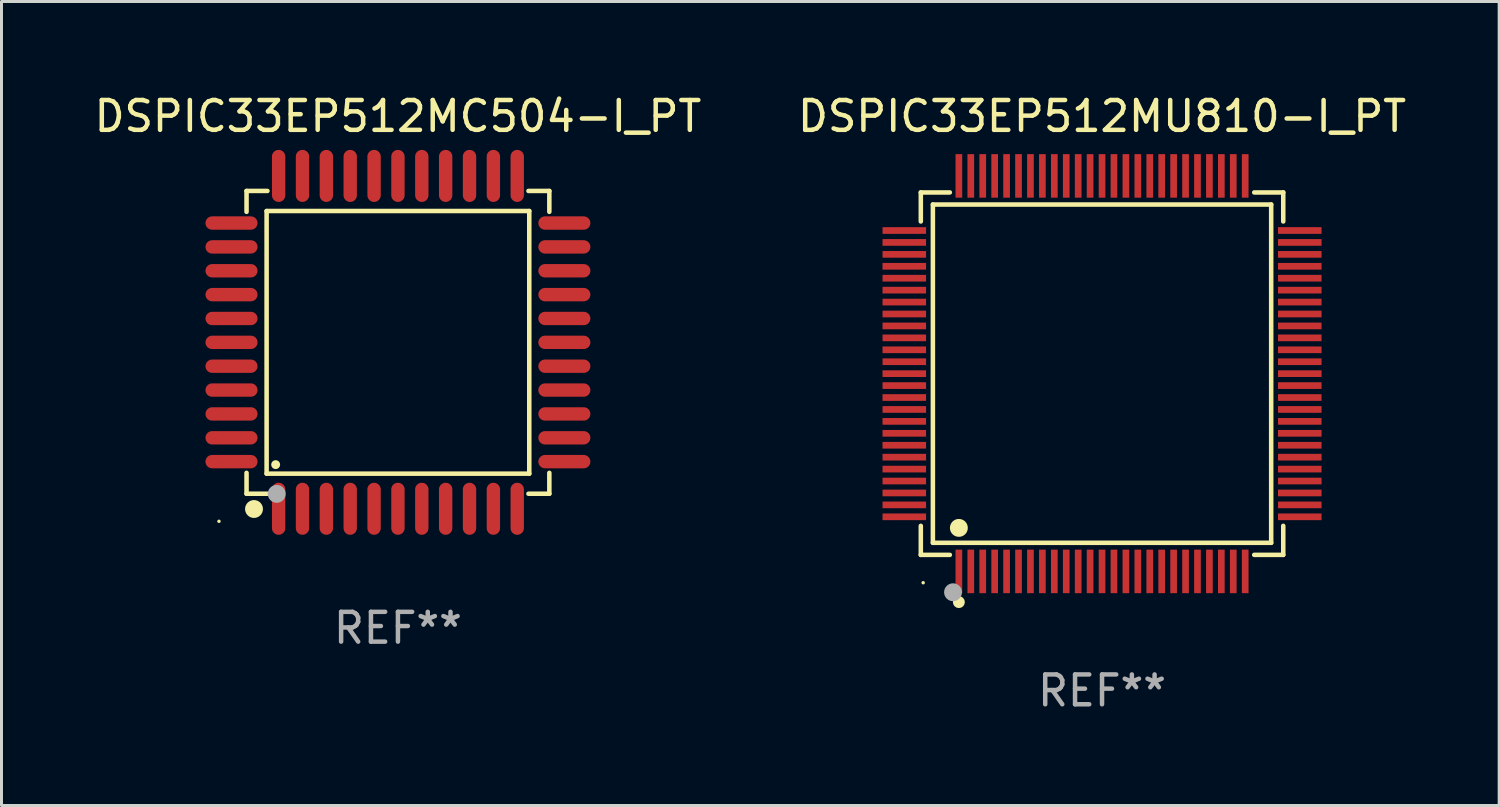
<source format=kicad_pcb>
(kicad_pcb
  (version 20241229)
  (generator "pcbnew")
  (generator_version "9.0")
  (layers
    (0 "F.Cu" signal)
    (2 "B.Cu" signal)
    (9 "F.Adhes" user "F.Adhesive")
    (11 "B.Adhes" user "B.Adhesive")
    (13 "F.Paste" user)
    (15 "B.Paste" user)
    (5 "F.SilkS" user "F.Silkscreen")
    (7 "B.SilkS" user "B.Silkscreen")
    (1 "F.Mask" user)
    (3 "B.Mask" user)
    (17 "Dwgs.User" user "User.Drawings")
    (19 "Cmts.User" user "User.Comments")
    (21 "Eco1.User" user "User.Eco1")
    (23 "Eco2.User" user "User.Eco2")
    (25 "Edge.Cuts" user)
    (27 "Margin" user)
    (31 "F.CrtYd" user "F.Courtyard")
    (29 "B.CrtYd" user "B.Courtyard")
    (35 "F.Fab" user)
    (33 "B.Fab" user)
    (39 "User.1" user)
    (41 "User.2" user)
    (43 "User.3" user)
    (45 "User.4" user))
  (footprint "DSPIC33EP512MC504-I_PT"
    (layer "F.Cu")
    (at 10.292 8.428)
    (property "Reference" "DSPIC33EP512MC504-I_PT" (at 0 -7.58 0) (layer "F.SilkS") (effects (font (size 1 1) (thickness 0.15))))
    (attr through_hole)
    (fp_line (start -5.076 -5.076) (end -5.076 -4.376) (stroke (width 0.152) (type solid)) (layer "F.SilkS"))
    (fp_line (start -5.076 5.076) (end -5.076 4.376) (stroke (width 0.152) (type solid)) (layer "F.SilkS"))
    (fp_line (start -4.403 -4.403) (end 4.403 -4.403) (stroke (width 0.152) (type solid)) (layer "F.SilkS"))
    (fp_line (start -4.403 4.403) (end -4.403 -4.403) (stroke (width 0.152) (type solid)) (layer "F.SilkS"))
    (fp_line (start -4.376 -5.076) (end -5.076 -5.076) (stroke (width 0.152) (type solid)) (layer "F.SilkS"))
    (fp_line (start -4.376 5.076) (end -5.076 5.076) (stroke (width 0.152) (type solid)) (layer "F.SilkS"))
    (fp_line (start 4.376 -5.076) (end 5.076 -5.076) (stroke (width 0.152) (type solid)) (layer "F.SilkS"))
    (fp_line (start 4.376 5.076) (end 5.076 5.076) (stroke (width 0.152) (type solid)) (layer "F.SilkS"))
    (fp_line (start 4.403 -4.403) (end 4.403 4.403) (stroke (width 0.152) (type solid)) (layer "F.SilkS"))
    (fp_line (start 4.403 4.403) (end -4.403 4.403) (stroke (width 0.152) (type solid)) (layer "F.SilkS"))
    (fp_line (start 5.076 -5.076) (end 5.076 -4.376) (stroke (width 0.152) (type solid)) (layer "F.SilkS"))
    (fp_line (start 5.076 5.076) (end 5.076 4.376) (stroke (width 0.152) (type solid)) (layer "F.SilkS"))
    (fp_circle (center -6 6) (end -5.97 6) (stroke (width 0.06) (type solid)) (fill no) (layer "F.SilkS"))
    (fp_circle (center -4.826 5.588) (end -4.676 5.588) (stroke (width 0.3) (type solid)) (fill no) (layer "F.SilkS"))
    (fp_circle (center -4.1 4.1) (end -4.025 4.1) (stroke (width 0.15) (type solid)) (fill no) (layer "F.SilkS"))
    (fp_circle (center -4.064 5.08) (end -3.914 5.08) (stroke (width 0.3) (type solid)) (fill no) (layer "F.Fab"))
    (fp_text user "REF**" (at 0 9.58 0) (layer "F.Fab") (effects (font (size 1 1) (thickness 0.15))))
    (pad "1" smd oval (at -4 5.58) (size 0.448 1.745) (layers "F.Cu" "F.Mask" "F.Paste"))
    (pad "2" smd oval (at -3.2 5.58) (size 0.448 1.745) (layers "F.Cu" "F.Mask" "F.Paste"))
    (pad "3" smd oval (at -2.4 5.58) (size 0.448 1.745) (layers "F.Cu" "F.Mask" "F.Paste"))
    (pad "4" smd oval (at -1.6 5.58) (size 0.448 1.745) (layers "F.Cu" "F.Mask" "F.Paste"))
    (pad "5" smd oval (at -0.8 5.58) (size 0.448 1.745) (layers "F.Cu" "F.Mask" "F.Paste"))
    (pad "6" smd oval (at 0 5.58) (size 0.448 1.745) (layers "F.Cu" "F.Mask" "F.Paste"))
    (pad "7" smd oval (at 0.8 5.58) (size 0.448 1.745) (layers "F.Cu" "F.Mask" "F.Paste"))
    (pad "8" smd oval (at 1.6 5.58) (size 0.448 1.745) (layers "F.Cu" "F.Mask" "F.Paste"))
    (pad "9" smd oval (at 2.4 5.58) (size 0.448 1.745) (layers "F.Cu" "F.Mask" "F.Paste"))
    (pad "10" smd oval (at 3.2 5.58) (size 0.448 1.745) (layers "F.Cu" "F.Mask" "F.Paste"))
    (pad "11" smd oval (at 4 5.58) (size 0.448 1.745) (layers "F.Cu" "F.Mask" "F.Paste"))
    (pad "12" smd oval (at 5.58 4) (size 1.745 0.448) (layers "F.Cu" "F.Mask" "F.Paste"))
    (pad "13" smd oval (at 5.58 3.2) (size 1.745 0.448) (layers "F.Cu" "F.Mask" "F.Paste"))
    (pad "14" smd oval (at 5.58 2.4) (size 1.745 0.448) (layers "F.Cu" "F.Mask" "F.Paste"))
    (pad "15" smd oval (at 5.58 1.6) (size 1.745 0.448) (layers "F.Cu" "F.Mask" "F.Paste"))
    (pad "16" smd oval (at 5.58 0.8) (size 1.745 0.448) (layers "F.Cu" "F.Mask" "F.Paste"))
    (pad "17" smd oval (at 5.58 0) (size 1.745 0.448) (layers "F.Cu" "F.Mask" "F.Paste"))
    (pad "18" smd oval (at 5.58 -0.8) (size 1.745 0.448) (layers "F.Cu" "F.Mask" "F.Paste"))
    (pad "19" smd oval (at 5.58 -1.6) (size 1.745 0.448) (layers "F.Cu" "F.Mask" "F.Paste"))
    (pad "20" smd oval (at 5.58 -2.4) (size 1.745 0.448) (layers "F.Cu" "F.Mask" "F.Paste"))
    (pad "21" smd oval (at 5.58 -3.2) (size 1.745 0.448) (layers "F.Cu" "F.Mask" "F.Paste"))
    (pad "22" smd oval (at 5.58 -4) (size 1.745 0.448) (layers "F.Cu" "F.Mask" "F.Paste"))
    (pad "23" smd oval (at 4 -5.58) (size 0.448 1.745) (layers "F.Cu" "F.Mask" "F.Paste"))
    (pad "24" smd oval (at 3.2 -5.58) (size 0.448 1.745) (layers "F.Cu" "F.Mask" "F.Paste"))
    (pad "25" smd oval (at 2.4 -5.58) (size 0.448 1.745) (layers "F.Cu" "F.Mask" "F.Paste"))
    (pad "26" smd oval (at 1.6 -5.58) (size 0.448 1.745) (layers "F.Cu" "F.Mask" "F.Paste"))
    (pad "27" smd oval (at 0.8 -5.58) (size 0.448 1.745) (layers "F.Cu" "F.Mask" "F.Paste"))
    (pad "28" smd oval (at 0 -5.58) (size 0.448 1.745) (layers "F.Cu" "F.Mask" "F.Paste"))
    (pad "29" smd oval (at -0.8 -5.58) (size 0.448 1.745) (layers "F.Cu" "F.Mask" "F.Paste"))
    (pad "30" smd oval (at -1.6 -5.58) (size 0.448 1.745) (layers "F.Cu" "F.Mask" "F.Paste"))
    (pad "31" smd oval (at -2.4 -5.58) (size 0.448 1.745) (layers "F.Cu" "F.Mask" "F.Paste"))
    (pad "32" smd oval (at -3.2 -5.58) (size 0.448 1.745) (layers "F.Cu" "F.Mask" "F.Paste"))
    (pad "33" smd oval (at -4 -5.58) (size 0.448 1.745) (layers "F.Cu" "F.Mask" "F.Paste"))
    (pad "34" smd oval (at -5.58 -4) (size 1.745 0.448) (layers "F.Cu" "F.Mask" "F.Paste"))
    (pad "35" smd oval (at -5.58 -3.2) (size 1.745 0.448) (layers "F.Cu" "F.Mask" "F.Paste"))
    (pad "36" smd oval (at -5.58 -2.4) (size 1.745 0.448) (layers "F.Cu" "F.Mask" "F.Paste"))
    (pad "37" smd oval (at -5.58 -1.6) (size 1.745 0.448) (layers "F.Cu" "F.Mask" "F.Paste"))
    (pad "38" smd oval (at -5.58 -0.8) (size 1.745 0.448) (layers "F.Cu" "F.Mask" "F.Paste"))
    (pad "39" smd oval (at -5.58 0) (size 1.745 0.448) (layers "F.Cu" "F.Mask" "F.Paste"))
    (pad "40" smd oval (at -5.58 0.8) (size 1.745 0.448) (layers "F.Cu" "F.Mask" "F.Paste"))
    (pad "41" smd oval (at -5.58 1.6) (size 1.745 0.448) (layers "F.Cu" "F.Mask" "F.Paste"))
    (pad "42" smd oval (at -5.58 2.4) (size 1.745 0.448) (layers "F.Cu" "F.Mask" "F.Paste"))
    (pad "43" smd oval (at -5.58 3.2) (size 1.745 0.448) (layers "F.Cu" "F.Mask" "F.Paste"))
    (pad "44" smd oval (at -5.58 4) (size 1.745 0.448) (layers "F.Cu" "F.Mask" "F.Paste")))
  (footprint "DSPIC33EP512MU810-I_PT"
    (layer "F.Cu")
    (at 33.899 9.478)
    (property "Reference" "DSPIC33EP512MU810-I_PT" (at 0 -8.63 0) (layer "F.SilkS") (effects (font (size 1 1) (thickness 0.15))))
    (attr through_hole)
    (fp_line (start -6.076 -6.076) (end -5.103 -6.076) (stroke (width 0.152) (type solid)) (layer "F.SilkS"))
    (fp_line (start -6.076 -5.103) (end -6.076 -6.076) (stroke (width 0.152) (type solid)) (layer "F.SilkS"))
    (fp_line (start -6.076 5.103) (end -6.076 6.076) (stroke (width 0.152) (type solid)) (layer "F.SilkS"))
    (fp_line (start -6.076 6.076) (end -5.103 6.076) (stroke (width 0.152) (type solid)) (layer "F.SilkS"))
    (fp_line (start -5.671 -5.671) (end 5.671 -5.671) (stroke (width 0.152) (type solid)) (layer "F.SilkS"))
    (fp_line (start -5.671 5.671) (end -5.671 -5.671) (stroke (width 0.152) (type solid)) (layer "F.SilkS"))
    (fp_line (start 5.671 -5.671) (end 5.671 5.671) (stroke (width 0.152) (type solid)) (layer "F.SilkS"))
    (fp_line (start 5.671 5.671) (end -5.671 5.671) (stroke (width 0.152) (type solid)) (layer "F.SilkS"))
    (fp_line (start 6.076 -6.076) (end 5.103 -6.076) (stroke (width 0.152) (type solid)) (layer "F.SilkS"))
    (fp_line (start 6.076 -5.103) (end 6.076 -6.076) (stroke (width 0.152) (type solid)) (layer "F.SilkS"))
    (fp_line (start 6.076 5.103) (end 6.076 6.076) (stroke (width 0.152) (type solid)) (layer "F.SilkS"))
    (fp_line (start 6.076 6.076) (end 5.103 6.076) (stroke (width 0.152) (type solid)) (layer "F.SilkS"))
    (fp_circle (center -5.997 7.01) (end -5.967 7.01) (stroke (width 0.06) (type solid)) (fill no) (layer "F.SilkS"))
    (fp_circle (center -4.8 5.171) (end -4.65 5.171) (stroke (width 0.3) (type solid)) (fill no) (layer "F.SilkS"))
    (fp_circle (center -4.8 7.66) (end -4.7 7.66) (stroke (width 0.2) (type solid)) (fill no) (layer "F.SilkS"))
    (fp_circle (center -4.996 7.329) (end -4.846 7.329) (stroke (width 0.3) (type solid)) (fill no) (layer "F.Fab"))
    (fp_text user "REF**" (at 0 10.63 0) (layer "F.Fab") (effects (font (size 1 1) (thickness 0.15))))
    (pad "1" smd rect (at -4.8 6.63) (size 0.224 1.46) (layers "F.Cu" "F.Mask" "F.Paste"))
    (pad "2" smd rect (at -4.4 6.63) (size 0.224 1.46) (layers "F.Cu" "F.Mask" "F.Paste"))
    (pad "3" smd rect (at -4 6.63) (size 0.224 1.46) (layers "F.Cu" "F.Mask" "F.Paste"))
    (pad "4" smd rect (at -3.6 6.63) (size 0.224 1.46) (layers "F.Cu" "F.Mask" "F.Paste"))
    (pad "5" smd rect (at -3.2 6.63) (size 0.224 1.46) (layers "F.Cu" "F.Mask" "F.Paste"))
    (pad "6" smd rect (at -2.8 6.63) (size 0.224 1.46) (layers "F.Cu" "F.Mask" "F.Paste"))
    (pad "7" smd rect (at -2.4 6.63) (size 0.224 1.46) (layers "F.Cu" "F.Mask" "F.Paste"))
    (pad "8" smd rect (at -2 6.63) (size 0.224 1.46) (layers "F.Cu" "F.Mask" "F.Paste"))
    (pad "9" smd rect (at -1.6 6.63) (size 0.224 1.46) (layers "F.Cu" "F.Mask" "F.Paste"))
    (pad "10" smd rect (at -1.2 6.63) (size 0.224 1.46) (layers "F.Cu" "F.Mask" "F.Paste"))
    (pad "11" smd rect (at -0.8 6.63) (size 0.224 1.46) (layers "F.Cu" "F.Mask" "F.Paste"))
    (pad "12" smd rect (at -0.4 6.63) (size 0.224 1.46) (layers "F.Cu" "F.Mask" "F.Paste"))
    (pad "13" smd rect (at 0 6.63) (size 0.224 1.46) (layers "F.Cu" "F.Mask" "F.Paste"))
    (pad "14" smd rect (at 0.4 6.63) (size 0.224 1.46) (layers "F.Cu" "F.Mask" "F.Paste"))
    (pad "15" smd rect (at 0.8 6.63) (size 0.224 1.46) (layers "F.Cu" "F.Mask" "F.Paste"))
    (pad "16" smd rect (at 1.2 6.63) (size 0.224 1.46) (layers "F.Cu" "F.Mask" "F.Paste"))
    (pad "17" smd rect (at 1.6 6.63) (size 0.224 1.46) (layers "F.Cu" "F.Mask" "F.Paste"))
    (pad "18" smd rect (at 2 6.63) (size 0.224 1.46) (layers "F.Cu" "F.Mask" "F.Paste"))
    (pad "19" smd rect (at 2.4 6.63) (size 0.224 1.46) (layers "F.Cu" "F.Mask" "F.Paste"))
    (pad "20" smd rect (at 2.8 6.63) (size 0.224 1.46) (layers "F.Cu" "F.Mask" "F.Paste"))
    (pad "21" smd rect (at 3.2 6.63) (size 0.224 1.46) (layers "F.Cu" "F.Mask" "F.Paste"))
    (pad "22" smd rect (at 3.6 6.63) (size 0.224 1.46) (layers "F.Cu" "F.Mask" "F.Paste"))
    (pad "23" smd rect (at 4 6.63) (size 0.224 1.46) (layers "F.Cu" "F.Mask" "F.Paste"))
    (pad "24" smd rect (at 4.4 6.63) (size 0.224 1.46) (layers "F.Cu" "F.Mask" "F.Paste"))
    (pad "25" smd rect (at 4.8 6.63) (size 0.224 1.46) (layers "F.Cu" "F.Mask" "F.Paste"))
    (pad "26" smd rect (at 6.63 4.8) (size 1.46 0.224) (layers "F.Cu" "F.Mask" "F.Paste"))
    (pad "27" smd rect (at 6.63 4.4) (size 1.46 0.224) (layers "F.Cu" "F.Mask" "F.Paste"))
    (pad "28" smd rect (at 6.63 4) (size 1.46 0.224) (layers "F.Cu" "F.Mask" "F.Paste"))
    (pad "29" smd rect (at 6.63 3.6) (size 1.46 0.224) (layers "F.Cu" "F.Mask" "F.Paste"))
    (pad "30" smd rect (at 6.63 3.2) (size 1.46 0.224) (layers "F.Cu" "F.Mask" "F.Paste"))
    (pad "31" smd rect (at 6.63 2.8) (size 1.46 0.224) (layers "F.Cu" "F.Mask" "F.Paste"))
    (pad "32" smd rect (at 6.63 2.4) (size 1.46 0.224) (layers "F.Cu" "F.Mask" "F.Paste"))
    (pad "33" smd rect (at 6.63 2) (size 1.46 0.224) (layers "F.Cu" "F.Mask" "F.Paste"))
    (pad "34" smd rect (at 6.63 1.6) (size 1.46 0.224) (layers "F.Cu" "F.Mask" "F.Paste"))
    (pad "35" smd rect (at 6.63 1.2) (size 1.46 0.224) (layers "F.Cu" "F.Mask" "F.Paste"))
    (pad "36" smd rect (at 6.63 0.8) (size 1.46 0.224) (layers "F.Cu" "F.Mask" "F.Paste"))
    (pad "37" smd rect (at 6.63 0.4) (size 1.46 0.224) (layers "F.Cu" "F.Mask" "F.Paste"))
    (pad "38" smd rect (at 6.63 0) (size 1.46 0.224) (layers "F.Cu" "F.Mask" "F.Paste"))
    (pad "39" smd rect (at 6.63 -0.4) (size 1.46 0.224) (layers "F.Cu" "F.Mask" "F.Paste"))
    (pad "40" smd rect (at 6.63 -0.8) (size 1.46 0.224) (layers "F.Cu" "F.Mask" "F.Paste"))
    (pad "41" smd rect (at 6.63 -1.2) (size 1.46 0.224) (layers "F.Cu" "F.Mask" "F.Paste"))
    (pad "42" smd rect (at 6.63 -1.6) (size 1.46 0.224) (layers "F.Cu" "F.Mask" "F.Paste"))
    (pad "43" smd rect (at 6.63 -2) (size 1.46 0.224) (layers "F.Cu" "F.Mask" "F.Paste"))
    (pad "44" smd rect (at 6.63 -2.4) (size 1.46 0.224) (layers "F.Cu" "F.Mask" "F.Paste"))
    (pad "45" smd rect (at 6.63 -2.8) (size 1.46 0.224) (layers "F.Cu" "F.Mask" "F.Paste"))
    (pad "46" smd rect (at 6.63 -3.2) (size 1.46 0.224) (layers "F.Cu" "F.Mask" "F.Paste"))
    (pad "47" smd rect (at 6.63 -3.6) (size 1.46 0.224) (layers "F.Cu" "F.Mask" "F.Paste"))
    (pad "48" smd rect (at 6.63 -4) (size 1.46 0.224) (layers "F.Cu" "F.Mask" "F.Paste"))
    (pad "49" smd rect (at 6.63 -4.4) (size 1.46 0.224) (layers "F.Cu" "F.Mask" "F.Paste"))
    (pad "50" smd rect (at 6.63 -4.8) (size 1.46 0.224) (layers "F.Cu" "F.Mask" "F.Paste"))
    (pad "51" smd rect (at 4.8 -6.63) (size 0.224 1.46) (layers "F.Cu" "F.Mask" "F.Paste"))
    (pad "52" smd rect (at 4.4 -6.63) (size 0.224 1.46) (layers "F.Cu" "F.Mask" "F.Paste"))
    (pad "53" smd rect (at 4 -6.63) (size 0.224 1.46) (layers "F.Cu" "F.Mask" "F.Paste"))
    (pad "54" smd rect (at 3.6 -6.63) (size 0.224 1.46) (layers "F.Cu" "F.Mask" "F.Paste"))
    (pad "55" smd rect (at 3.2 -6.63) (size 0.224 1.46) (layers "F.Cu" "F.Mask" "F.Paste"))
    (pad "56" smd rect (at 2.8 -6.63) (size 0.224 1.46) (layers "F.Cu" "F.Mask" "F.Paste"))
    (pad "57" smd rect (at 2.4 -6.63) (size 0.224 1.46) (layers "F.Cu" "F.Mask" "F.Paste"))
    (pad "58" smd rect (at 2 -6.63) (size 0.224 1.46) (layers "F.Cu" "F.Mask" "F.Paste"))
    (pad "59" smd rect (at 1.6 -6.63) (size 0.224 1.46) (layers "F.Cu" "F.Mask" "F.Paste"))
    (pad "60" smd rect (at 1.2 -6.63) (size 0.224 1.46) (layers "F.Cu" "F.Mask" "F.Paste"))
    (pad "61" smd rect (at 0.8 -6.63) (size 0.224 1.46) (layers "F.Cu" "F.Mask" "F.Paste"))
    (pad "62" smd rect (at 0.4 -6.63) (size 0.224 1.46) (layers "F.Cu" "F.Mask" "F.Paste"))
    (pad "63" smd rect (at 0 -6.63) (size 0.224 1.46) (layers "F.Cu" "F.Mask" "F.Paste"))
    (pad "64" smd rect (at -0.4 -6.63) (size 0.224 1.46) (layers "F.Cu" "F.Mask" "F.Paste"))
    (pad "65" smd rect (at -0.8 -6.63) (size 0.224 1.46) (layers "F.Cu" "F.Mask" "F.Paste"))
    (pad "66" smd rect (at -1.2 -6.63) (size 0.224 1.46) (layers "F.Cu" "F.Mask" "F.Paste"))
    (pad "67" smd rect (at -1.6 -6.63) (size 0.224 1.46) (layers "F.Cu" "F.Mask" "F.Paste"))
    (pad "68" smd rect (at -2 -6.63) (size 0.224 1.46) (layers "F.Cu" "F.Mask" "F.Paste"))
    (pad "69" smd rect (at -2.4 -6.63) (size 0.224 1.46) (layers "F.Cu" "F.Mask" "F.Paste"))
    (pad "70" smd rect (at -2.8 -6.63) (size 0.224 1.46) (layers "F.Cu" "F.Mask" "F.Paste"))
    (pad "71" smd rect (at -3.2 -6.63) (size 0.224 1.46) (layers "F.Cu" "F.Mask" "F.Paste"))
    (pad "72" smd rect (at -3.6 -6.63) (size 0.224 1.46) (layers "F.Cu" "F.Mask" "F.Paste"))
    (pad "73" smd rect (at -4 -6.63) (size 0.224 1.46) (layers "F.Cu" "F.Mask" "F.Paste"))
    (pad "74" smd rect (at -4.4 -6.63) (size 0.224 1.46) (layers "F.Cu" "F.Mask" "F.Paste"))
    (pad "75" smd rect (at -4.8 -6.63) (size 0.224 1.46) (layers "F.Cu" "F.Mask" "F.Paste"))
    (pad "76" smd rect (at -6.63 -4.8) (size 1.46 0.224) (layers "F.Cu" "F.Mask" "F.Paste"))
    (pad "77" smd rect (at -6.63 -4.4) (size 1.46 0.224) (layers "F.Cu" "F.Mask" "F.Paste"))
    (pad "78" smd rect (at -6.63 -4) (size 1.46 0.224) (layers "F.Cu" "F.Mask" "F.Paste"))
    (pad "79" smd rect (at -6.63 -3.6) (size 1.46 0.224) (layers "F.Cu" "F.Mask" "F.Paste"))
    (pad "80" smd rect (at -6.63 -3.2) (size 1.46 0.224) (layers "F.Cu" "F.Mask" "F.Paste"))
    (pad "81" smd rect (at -6.63 -2.8) (size 1.46 0.224) (layers "F.Cu" "F.Mask" "F.Paste"))
    (pad "82" smd rect (at -6.63 -2.4) (size 1.46 0.224) (layers "F.Cu" "F.Mask" "F.Paste"))
    (pad "83" smd rect (at -6.63 -2) (size 1.46 0.224) (layers "F.Cu" "F.Mask" "F.Paste"))
    (pad "84" smd rect (at -6.63 -1.6) (size 1.46 0.224) (layers "F.Cu" "F.Mask" "F.Paste"))
    (pad "85" smd rect (at -6.63 -1.2) (size 1.46 0.224) (layers "F.Cu" "F.Mask" "F.Paste"))
    (pad "86" smd rect (at -6.63 -0.8) (size 1.46 0.224) (layers "F.Cu" "F.Mask" "F.Paste"))
    (pad "87" smd rect (at -6.63 -0.4) (size 1.46 0.224) (layers "F.Cu" "F.Mask" "F.Paste"))
    (pad "88" smd rect (at -6.63 0) (size 1.46 0.224) (layers "F.Cu" "F.Mask" "F.Paste"))
    (pad "89" smd rect (at -6.63 0.4) (size 1.46 0.224) (layers "F.Cu" "F.Mask" "F.Paste"))
    (pad "90" smd rect (at -6.63 0.8) (size 1.46 0.224) (layers "F.Cu" "F.Mask" "F.Paste"))
    (pad "91" smd rect (at -6.63 1.2) (size 1.46 0.224) (layers "F.Cu" "F.Mask" "F.Paste"))
    (pad "92" smd rect (at -6.63 1.6) (size 1.46 0.224) (layers "F.Cu" "F.Mask" "F.Paste"))
    (pad "93" smd rect (at -6.63 2) (size 1.46 0.224) (layers "F.Cu" "F.Mask" "F.Paste"))
    (pad "94" smd rect (at -6.63 2.4) (size 1.46 0.224) (layers "F.Cu" "F.Mask" "F.Paste"))
    (pad "95" smd rect (at -6.63 2.8) (size 1.46 0.224) (layers "F.Cu" "F.Mask" "F.Paste"))
    (pad "96" smd rect (at -6.63 3.2) (size 1.46 0.224) (layers "F.Cu" "F.Mask" "F.Paste"))
    (pad "97" smd rect (at -6.63 3.6) (size 1.46 0.224) (layers "F.Cu" "F.Mask" "F.Paste"))
    (pad "98" smd rect (at -6.63 4) (size 1.46 0.224) (layers "F.Cu" "F.Mask" "F.Paste"))
    (pad "99" smd rect (at -6.63 4.4) (size 1.46 0.224) (layers "F.Cu" "F.Mask" "F.Paste"))
    (pad "100" smd rect (at -6.63 4.8) (size 1.46 0.224) (layers "F.Cu" "F.Mask" "F.Paste")))
  (gr_rect
    (start -3 -3)
    (end 47.214 23.956)
    (stroke (width 0.1) (type default))
    (fill no)
    (layer "Edge.Cuts")))
</source>
